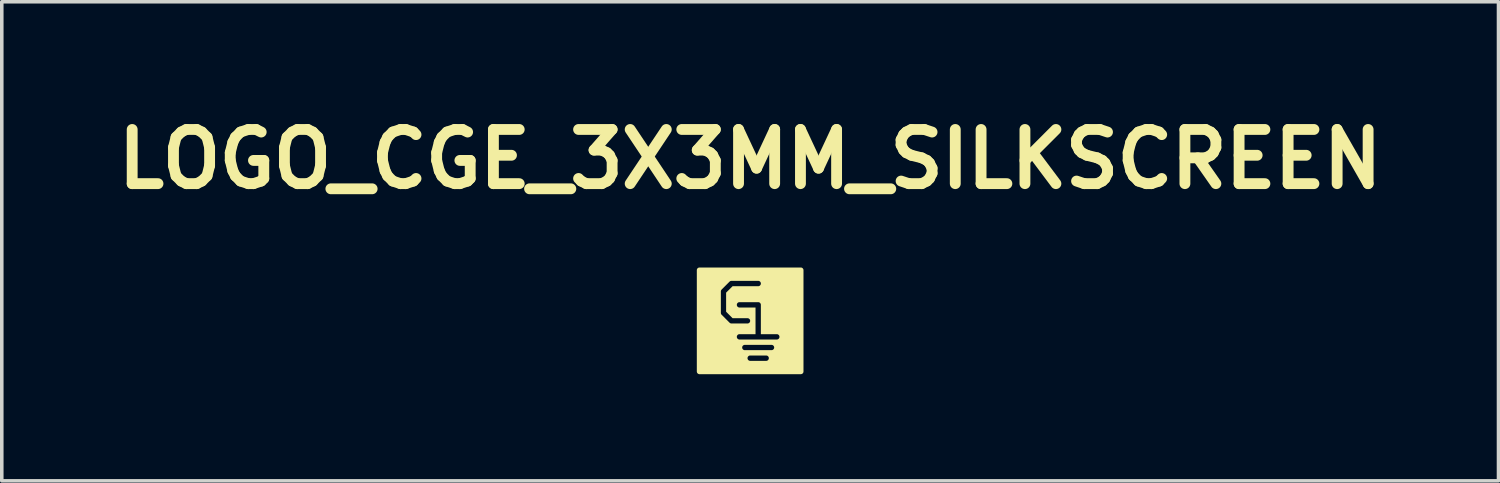
<source format=kicad_pcb>
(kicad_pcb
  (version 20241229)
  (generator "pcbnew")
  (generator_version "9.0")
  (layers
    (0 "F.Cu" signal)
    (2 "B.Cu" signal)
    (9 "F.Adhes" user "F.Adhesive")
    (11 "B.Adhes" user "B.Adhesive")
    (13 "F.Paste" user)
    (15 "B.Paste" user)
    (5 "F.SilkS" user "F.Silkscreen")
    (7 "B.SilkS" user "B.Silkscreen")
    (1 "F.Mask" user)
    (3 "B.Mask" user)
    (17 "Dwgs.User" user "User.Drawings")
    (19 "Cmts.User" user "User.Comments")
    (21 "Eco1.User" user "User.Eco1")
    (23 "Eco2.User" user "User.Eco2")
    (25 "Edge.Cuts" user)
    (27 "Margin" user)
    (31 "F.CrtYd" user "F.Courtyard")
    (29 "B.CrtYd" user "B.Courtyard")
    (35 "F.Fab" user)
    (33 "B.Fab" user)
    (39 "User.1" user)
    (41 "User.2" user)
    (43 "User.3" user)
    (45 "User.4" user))
  (footprint "LOGO_CGE_3X3MM_SILKSCREEN"
    (layer "F.Cu")
    (at 18.049 5.974)
    (property "Reference" "LOGO_CGE_3X3MM_SILKSCREEN" (at 0 -4.548 0) (layer "F.SilkS") (effects (font (size 1.524 1.524) (thickness 0.305))))
    (attr exclude_from_pos_files exclude_from_bom)
    (fp_poly (pts (xy -1.425 -1.5) (xy -1.427 -1.5) (xy -1.429 -1.5) (xy -1.431 -1.5) (xy -1.433 -1.5) (xy -1.435 -1.499) (xy -1.436 -1.499) (xy -1.438 -1.499) (xy -1.44 -1.498) (xy -1.442 -1.498) (xy -1.444 -1.498) (xy -1.445 -1.497) (xy -1.447 -1.497) (xy -1.449 -1.496) (xy -1.451 -1.496) (xy -1.452 -1.495) (xy -1.454 -1.494) (xy -1.456 -1.494) (xy -1.457 -1.493) (xy -1.459 -1.492) (xy -1.461 -1.491) (xy -1.462 -1.49) (xy -1.464 -1.489) (xy -1.465 -1.488) (xy -1.467 -1.487) (xy -1.468 -1.486) (xy -1.47 -1.485) (xy -1.471 -1.484) (xy -1.473 -1.483) (xy -1.474 -1.482) (xy -1.476 -1.481) (xy -1.477 -1.479) (xy -1.478 -1.478) (xy -1.479 -1.477) (xy -1.481 -1.476) (xy -1.482 -1.474) (xy -1.483 -1.473) (xy -1.484 -1.471) (xy -1.485 -1.47) (xy -1.486 -1.468) (xy -1.487 -1.467) (xy -1.488 -1.465) (xy -1.489 -1.464) (xy -1.49 -1.462) (xy -1.491 -1.461) (xy -1.492 -1.459) (xy -1.493 -1.457) (xy -1.494 -1.456) (xy -1.494 -1.454) (xy -1.495 -1.452) (xy -1.496 -1.451) (xy -1.496 -1.449) (xy -1.497 -1.447) (xy -1.497 -1.445) (xy -1.498 -1.444) (xy -1.498 -1.442) (xy -1.498 -1.44) (xy -1.499 -1.438) (xy -1.499 -1.436) (xy -1.499 -1.435) (xy -1.5 -1.433) (xy -1.5 -1.431) (xy -1.5 -1.429) (xy -1.5 -1.427) (xy -1.5 -1.425) (xy -1.5 1.426) (xy -1.5 1.428) (xy -1.5 1.43) (xy -1.5 1.431) (xy -1.499 1.433) (xy -1.499 1.435) (xy -1.499 1.437) (xy -1.499 1.439) (xy -1.498 1.44) (xy -1.498 1.442) (xy -1.497 1.444) (xy -1.497 1.446) (xy -1.496 1.447) (xy -1.496 1.449) (xy -1.495 1.451) (xy -1.495 1.453) (xy -1.494 1.454) (xy -1.493 1.456) (xy -1.492 1.458) (xy -1.492 1.459) (xy -1.491 1.461) (xy -1.49 1.462) (xy -1.489 1.464) (xy -1.488 1.465) (xy -1.487 1.467) (xy -1.486 1.468) (xy -1.485 1.47) (xy -1.484 1.471) (xy -1.483 1.473) (xy -1.481 1.474) (xy -1.48 1.476) (xy -1.479 1.477) (xy -1.478 1.478) (xy -1.476 1.479) (xy -1.475 1.481) (xy -1.474 1.482) (xy -1.472 1.483) (xy -1.471 1.484) (xy -1.47 1.485) (xy -1.468 1.486) (xy -1.467 1.487) (xy -1.465 1.488) (xy -1.463 1.489) (xy -1.462 1.49) (xy -1.46 1.491) (xy -1.459 1.492) (xy -1.457 1.493) (xy -1.455 1.493) (xy -1.454 1.494) (xy -1.452 1.495) (xy -1.45 1.495) (xy -1.449 1.496) (xy -1.447 1.497) (xy -1.445 1.497) (xy -1.443 1.498) (xy -1.442 1.498) (xy -1.44 1.498) (xy -1.438 1.499) (xy -1.436 1.499) (xy -1.435 1.499) (xy -1.433 1.5) (xy -1.431 1.5) (xy -1.429 1.5) (xy -1.427 1.5) (xy -1.425 1.5) (xy 0.451 1.5) (xy 0.451 1.125) (xy 0.449 1.125) (xy 0.000258 1.125) (xy -0.002 1.125) (xy -0.003 1.125) (xy -0.005 1.125) (xy -0.007 1.125) (xy -0.009 1.125) (xy -0.011 1.124) (xy -0.012 1.124) (xy -0.014 1.124) (xy -0.016 1.123) (xy -0.018 1.123) (xy -0.02 1.122) (xy -0.021 1.122) (xy -0.023 1.121) (xy -0.025 1.121) (xy -0.026 1.12) (xy -0.028 1.119) (xy -0.03 1.119) (xy -0.031 1.118) (xy -0.033 1.117) (xy -0.035 1.116) (xy -0.036 1.115) (xy -0.038 1.114) (xy -0.039 1.114) (xy -0.041 1.113) (xy -0.042 1.112) (xy -0.044 1.11) (xy -0.045 1.109) (xy -0.047 1.108) (xy -0.048 1.107) (xy -0.05 1.106) (xy -0.051 1.105) (xy -0.052 1.103) (xy -0.053 1.102) (xy -0.055 1.101) (xy -0.056 1.099) (xy -0.057 1.098) (xy -0.058 1.096) (xy -0.059 1.095) (xy -0.06 1.094) (xy -0.061 1.092) (xy -0.062 1.091) (xy -0.063 1.089) (xy -0.064 1.087) (xy -0.065 1.086) (xy -0.066 1.084) (xy -0.067 1.083) (xy -0.068 1.081) (xy -0.068 1.079) (xy -0.069 1.078) (xy -0.07 1.076) (xy -0.07 1.074) (xy -0.071 1.072) (xy -0.071 1.071) (xy -0.072 1.069) (xy -0.072 1.067) (xy -0.073 1.065) (xy -0.073 1.064) (xy -0.073 1.062) (xy -0.074 1.06) (xy -0.074 1.058) (xy -0.074 1.056) (xy -0.074 1.054) (xy -0.074 1.053) (xy -0.074 1.051) (xy -0.074 1.051) (xy -0.074 1.049) (xy -0.074 1.047) (xy -0.074 1.045) (xy -0.074 1.043) (xy -0.074 1.042) (xy -0.073 1.04) (xy -0.073 1.038) (xy -0.073 1.036) (xy -0.073 1.034) (xy -0.072 1.033) (xy -0.072 1.031) (xy -0.071 1.029) (xy -0.071 1.027) (xy -0.07 1.025) (xy -0.069 1.024) (xy -0.069 1.022) (xy -0.068 1.02) (xy -0.067 1.019) (xy -0.067 1.017) (xy -0.066 1.015) (xy -0.065 1.014) (xy -0.064 1.012) (xy -0.063 1.01) (xy -0.062 1.009) (xy -0.061 1.007) (xy -0.06 1.006) (xy -0.059 1.004) (xy -0.058 1.003) (xy -0.056 1.001) (xy -0.055 1) (xy -0.054 0.999) (xy -0.053 0.997) (xy -0.051 0.996) (xy -0.05 0.995) (xy -0.049 0.994) (xy -0.047 0.992) (xy -0.046 0.991) (xy -0.044 0.99) (xy -0.043 0.989) (xy -0.041 0.988) (xy -0.04 0.987) (xy -0.038 0.986) (xy -0.037 0.985) (xy -0.035 0.984) (xy -0.034 0.983) (xy -0.032 0.982) (xy -0.03 0.982) (xy -0.028 0.981) (xy -0.027 0.98) (xy -0.025 0.979) (xy -0.023 0.979) (xy -0.022 0.978) (xy -0.02 0.978) (xy -0.018 0.977) (xy -0.016 0.977) (xy -0.014 0.976) (xy -0.013 0.976) (xy -0.011 0.976) (xy -0.009 0.976) (xy -0.007 0.975) (xy -0.005 0.975) (xy -0.003 0.975) (xy -0.002 0.975) (xy 0.000258 0.975) (xy 0.449 0.975) (xy 0.451 0.975) (xy 0.453 0.975) (xy 0.455 0.975) (xy 0.457 0.975) (xy 0.459 0.975) (xy 0.461 0.976) (xy 0.462 0.976) (xy 0.464 0.976) (xy 0.466 0.977) (xy 0.468 0.977) (xy 0.47 0.977) (xy 0.471 0.978) (xy 0.473 0.978) (xy 0.475 0.979) (xy 0.477 0.98) (xy 0.479 0.98) (xy 0.48 0.981) (xy 0.482 0.982) (xy 0.484 0.983) (xy 0.485 0.984) (xy 0.487 0.984) (xy 0.489 0.985) (xy 0.49 0.986) (xy 0.492 0.987) (xy 0.493 0.988) (xy 0.495 0.99) (xy 0.496 0.991) (xy 0.498 0.992) (xy 0.499 0.993) (xy 0.501 0.994) (xy 0.502 0.996) (xy 0.503 0.997) (xy 0.505 0.998) (xy 0.506 1) (xy 0.507 1.001) (xy 0.508 1.002) (xy 0.51 1.004) (xy 0.511 1.005) (xy 0.512 1.007) (xy 0.513 1.008) (xy 0.514 1.01) (xy 0.515 1.012) (xy 0.516 1.013) (xy 0.517 1.015) (xy 0.517 1.017) (xy 0.518 1.018) (xy 0.519 1.02) (xy 0.52 1.022) (xy 0.52 1.023) (xy 0.521 1.025) (xy 0.522 1.027) (xy 0.522 1.029) (xy 0.523 1.03) (xy 0.523 1.032) (xy 0.524 1.034) (xy 0.524 1.036) (xy 0.524 1.038) (xy 0.525 1.04) (xy 0.525 1.042) (xy 0.525 1.043) (xy 0.525 1.045) (xy 0.525 1.047) (xy 0.525 1.049) (xy 0.525 1.051) (xy 0.525 1.053) (xy 0.525 1.055) (xy 0.525 1.056) (xy 0.525 1.058) (xy 0.525 1.06) (xy 0.524 1.062) (xy 0.524 1.064) (xy 0.524 1.066) (xy 0.523 1.067) (xy 0.523 1.069) (xy 0.522 1.071) (xy 0.522 1.073) (xy 0.521 1.074) (xy 0.521 1.076) (xy 0.52 1.078) (xy 0.519 1.08) (xy 0.519 1.081) (xy 0.518 1.083) (xy 0.517 1.085) (xy 0.516 1.086) (xy 0.515 1.088) (xy 0.514 1.089) (xy 0.513 1.091) (xy 0.512 1.093) (xy 0.511 1.094) (xy 0.51 1.096) (xy 0.509 1.097) (xy 0.508 1.098) (xy 0.507 1.1) (xy 0.505 1.101) (xy 0.504 1.103) (xy 0.503 1.104) (xy 0.501 1.105) (xy 0.5 1.106) (xy 0.499 1.108) (xy 0.497 1.109) (xy 0.496 1.11) (xy 0.494 1.111) (xy 0.493 1.112) (xy 0.491 1.113) (xy 0.49 1.114) (xy 0.488 1.115) (xy 0.487 1.116) (xy 0.485 1.117) (xy 0.483 1.118) (xy 0.482 1.118) (xy 0.48 1.119) (xy 0.478 1.12) (xy 0.476 1.121) (xy 0.475 1.121) (xy 0.473 1.122) (xy 0.471 1.122) (xy 0.469 1.123) (xy 0.468 1.123) (xy 0.466 1.124) (xy 0.464 1.124) (xy 0.462 1.124) (xy 0.46 1.125) (xy 0.459 1.125) (xy 0.457 1.125) (xy 0.455 1.125) (xy 0.453 1.125) (xy 0.451 1.125) (xy 0.451 1.5) (xy 0.602 1.5) (xy 0.602 0.824) (xy 0.6 0.824) (xy -0.15 0.824) (xy -0.152 0.824) (xy -0.154 0.824) (xy -0.156 0.824) (xy -0.157 0.824) (xy -0.159 0.824) (xy -0.161 0.824) (xy -0.163 0.823) (xy -0.165 0.823) (xy -0.166 0.823) (xy -0.168 0.822) (xy -0.17 0.822) (xy -0.172 0.821) (xy -0.173 0.821) (xy -0.175 0.82) (xy -0.177 0.819) (xy -0.179 0.819) (xy -0.18 0.818) (xy -0.182 0.817) (xy -0.183 0.816) (xy -0.185 0.816) (xy -0.187 0.815) (xy -0.188 0.814) (xy -0.19 0.813) (xy -0.191 0.812) (xy -0.193 0.811) (xy -0.194 0.81) (xy -0.196 0.809) (xy -0.197 0.807) (xy -0.199 0.806) (xy -0.2 0.805) (xy -0.201 0.804) (xy -0.203 0.803) (xy -0.204 0.801) (xy -0.205 0.8) (xy -0.206 0.799) (xy -0.207 0.797) (xy -0.209 0.796) (xy -0.21 0.794) (xy -0.211 0.793) (xy -0.212 0.791) (xy -0.213 0.79) (xy -0.214 0.788) (xy -0.215 0.787) (xy -0.216 0.785) (xy -0.216 0.783) (xy -0.217 0.782) (xy -0.218 0.78) (xy -0.219 0.778) (xy -0.219 0.777) (xy -0.22 0.775) (xy -0.221 0.773) (xy -0.221 0.772) (xy -0.222 0.77) (xy -0.222 0.768) (xy -0.223 0.766) (xy -0.223 0.765) (xy -0.223 0.763) (xy -0.224 0.761) (xy -0.224 0.759) (xy -0.224 0.757) (xy -0.224 0.756) (xy -0.224 0.754) (xy -0.224 0.752) (xy -0.225 0.75) (xy -0.224 0.748) (xy -0.224 0.746) (xy -0.224 0.745) (xy -0.224 0.743) (xy -0.224 0.741) (xy -0.224 0.739) (xy -0.223 0.737) (xy -0.223 0.736) (xy -0.223 0.734) (xy -0.222 0.732) (xy -0.222 0.73) (xy -0.221 0.729) (xy -0.221 0.727) (xy -0.22 0.725) (xy -0.219 0.723) (xy -0.219 0.722) (xy -0.218 0.72) (xy -0.217 0.718) (xy -0.216 0.717) (xy -0.216 0.715) (xy -0.215 0.714) (xy -0.214 0.712) (xy -0.213 0.71) (xy -0.212 0.709) (xy -0.211 0.707) (xy -0.21 0.706) (xy -0.209 0.704) (xy -0.207 0.703) (xy -0.206 0.702) (xy -0.205 0.7) (xy -0.204 0.699) (xy -0.203 0.698) (xy -0.201 0.696) (xy -0.2 0.695) (xy -0.199 0.694) (xy -0.197 0.693) (xy -0.196 0.692) (xy -0.194 0.69) (xy -0.193 0.689) (xy -0.191 0.688) (xy -0.19 0.687) (xy -0.188 0.686) (xy -0.187 0.686) (xy -0.185 0.685) (xy -0.183 0.684) (xy -0.182 0.683) (xy -0.18 0.682) (xy -0.179 0.681) (xy -0.177 0.681) (xy -0.175 0.68) (xy -0.173 0.68) (xy -0.172 0.679) (xy -0.17 0.678) (xy -0.168 0.678) (xy -0.166 0.678) (xy -0.165 0.677) (xy -0.163 0.677) (xy -0.161 0.677) (xy -0.159 0.676) (xy -0.157 0.676) (xy -0.156 0.676) (xy -0.154 0.676) (xy -0.152 0.676) (xy -0.15 0.676) (xy 0.6 0.676) (xy 0.602 0.676) (xy 0.603 0.676) (xy 0.605 0.676) (xy 0.607 0.676) (xy 0.609 0.676) (xy 0.611 0.676) (xy 0.613 0.677) (xy 0.614 0.677) (xy 0.616 0.677) (xy 0.618 0.678) (xy 0.62 0.678) (xy 0.622 0.679) (xy 0.623 0.679) (xy 0.625 0.68) (xy 0.627 0.68) (xy 0.629 0.681) (xy 0.63 0.682) (xy 0.632 0.683) (xy 0.634 0.683) (xy 0.635 0.684) (xy 0.637 0.685) (xy 0.639 0.686) (xy 0.64 0.687) (xy 0.642 0.688) (xy 0.643 0.689) (xy 0.645 0.69) (xy 0.646 0.691) (xy 0.648 0.692) (xy 0.649 0.693) (xy 0.65 0.695) (xy 0.652 0.696) (xy 0.653 0.697) (xy 0.654 0.698) (xy 0.656 0.7) (xy 0.657 0.701) (xy 0.658 0.703) (xy 0.659 0.704) (xy 0.66 0.705) (xy 0.662 0.707) (xy 0.663 0.708) (xy 0.664 0.71) (xy 0.665 0.711) (xy 0.666 0.713) (xy 0.666 0.715) (xy 0.667 0.716) (xy 0.668 0.718) (xy 0.669 0.72) (xy 0.67 0.721) (xy 0.67 0.723) (xy 0.671 0.725) (xy 0.672 0.727) (xy 0.672 0.728) (xy 0.673 0.73) (xy 0.673 0.732) (xy 0.674 0.734) (xy 0.674 0.735) (xy 0.674 0.737) (xy 0.675 0.739) (xy 0.675 0.741) (xy 0.675 0.743) (xy 0.675 0.745) (xy 0.676 0.746) (xy 0.676 0.748) (xy 0.676 0.75) (xy 0.676 0.752) (xy 0.676 0.754) (xy 0.675 0.756) (xy 0.675 0.757) (xy 0.675 0.759) (xy 0.675 0.761) (xy 0.674 0.763) (xy 0.674 0.765) (xy 0.674 0.767) (xy 0.673 0.768) (xy 0.673 0.77) (xy 0.672 0.772) (xy 0.672 0.774) (xy 0.671 0.775) (xy 0.67 0.777) (xy 0.67 0.779) (xy 0.669 0.781) (xy 0.668 0.782) (xy 0.667 0.784) (xy 0.666 0.785) (xy 0.666 0.787) (xy 0.665 0.789) (xy 0.664 0.79) (xy 0.663 0.792) (xy 0.662 0.793) (xy 0.66 0.795) (xy 0.659 0.796) (xy 0.658 0.798) (xy 0.657 0.799) (xy 0.656 0.8) (xy 0.654 0.802) (xy 0.653 0.803) (xy 0.652 0.804) (xy 0.65 0.806) (xy 0.649 0.807) (xy 0.648 0.808) (xy 0.646 0.809) (xy 0.645 0.81) (xy 0.643 0.811) (xy 0.642 0.812) (xy 0.64 0.813) (xy 0.639 0.814) (xy 0.637 0.815) (xy 0.635 0.816) (xy 0.634 0.817) (xy 0.632 0.818) (xy 0.63 0.818) (xy 0.629 0.819) (xy 0.627 0.82) (xy 0.625 0.82) (xy 0.623 0.821) (xy 0.622 0.822) (xy 0.62 0.822) (xy 0.618 0.822) (xy 0.616 0.823) (xy 0.614 0.823) (xy 0.613 0.824) (xy 0.611 0.824) (xy 0.609 0.824) (xy 0.607 0.824) (xy 0.605 0.824) (xy 0.603 0.824) (xy 0.602 0.824) (xy 0.602 1.5) (xy 0.75 1.5) (xy 0.75 0.525) (xy 0.225 0.525) (xy -0.3 0.525) (xy -0.302 0.525) (xy -0.304 0.525) (xy -0.306 0.525) (xy -0.308 0.525) (xy -0.31 0.525) (xy -0.312 0.524) (xy -0.313 0.524) (xy -0.315 0.524) (xy -0.317 0.523) (xy -0.319 0.523) (xy -0.321 0.522) (xy -0.322 0.522) (xy -0.324 0.521) (xy -0.326 0.521) (xy -0.328 0.52) (xy -0.329 0.519) (xy -0.331 0.519) (xy -0.333 0.518) (xy -0.334 0.517) (xy -0.336 0.516) (xy -0.337 0.515) (xy -0.339 0.514) (xy -0.341 0.513) (xy -0.342 0.512) (xy -0.344 0.511) (xy -0.345 0.51) (xy -0.347 0.509) (xy -0.348 0.508) (xy -0.349 0.507) (xy -0.351 0.505) (xy -0.352 0.504) (xy -0.353 0.503) (xy -0.355 0.501) (xy -0.356 0.5) (xy -0.357 0.499) (xy -0.358 0.497) (xy -0.36 0.496) (xy -0.361 0.494) (xy -0.362 0.493) (xy -0.363 0.491) (xy -0.364 0.49) (xy -0.365 0.488) (xy -0.366 0.487) (xy -0.366 0.485) (xy -0.367 0.483) (xy -0.368 0.482) (xy -0.369 0.48) (xy -0.37 0.478) (xy -0.37 0.476) (xy -0.371 0.475) (xy -0.371 0.473) (xy -0.372 0.471) (xy -0.372 0.469) (xy -0.373 0.468) (xy -0.373 0.466) (xy -0.374 0.464) (xy -0.374 0.462) (xy -0.374 0.46) (xy -0.374 0.459) (xy -0.375 0.457) (xy -0.375 0.455) (xy -0.375 0.453) (xy -0.375 0.451) (xy -0.375 0.449) (xy -0.375 0.448) (xy -0.375 0.446) (xy -0.375 0.444) (xy -0.375 0.442) (xy -0.374 0.44) (xy -0.374 0.438) (xy -0.374 0.437) (xy -0.373 0.435) (xy -0.373 0.433) (xy -0.373 0.431) (xy -0.372 0.43) (xy -0.372 0.428) (xy -0.371 0.426) (xy -0.37 0.424) (xy -0.37 0.423) (xy -0.369 0.421) (xy -0.368 0.419) (xy -0.368 0.418) (xy -0.367 0.416) (xy -0.366 0.414) (xy -0.365 0.413) (xy -0.364 0.411) (xy -0.363 0.41) (xy -0.362 0.408) (xy -0.361 0.407) (xy -0.36 0.405) (xy -0.359 0.404) (xy -0.358 0.402) (xy -0.357 0.401) (xy -0.355 0.4) (xy -0.354 0.398) (xy -0.353 0.397) (xy -0.352 0.396) (xy -0.35 0.394) (xy -0.349 0.393) (xy -0.348 0.392) (xy -0.346 0.391) (xy -0.345 0.39) (xy -0.343 0.389) (xy -0.342 0.388) (xy -0.34 0.387) (xy -0.339 0.386) (xy -0.337 0.385) (xy -0.335 0.384) (xy -0.334 0.383) (xy -0.332 0.382) (xy -0.331 0.381) (xy -0.329 0.381) (xy -0.327 0.38) (xy -0.325 0.379) (xy -0.324 0.379) (xy -0.322 0.378) (xy -0.32 0.378) (xy -0.319 0.377) (xy -0.317 0.377) (xy -0.315 0.376) (xy -0.313 0.376) (xy -0.311 0.376) (xy -0.31 0.376) (xy -0.308 0.375) (xy -0.306 0.375) (xy -0.304 0.375) (xy -0.302 0.375) (xy -0.3 0.375) (xy -0.074 0.375) (xy -0.074 0.074) (xy -0.074 0.074) (xy -0.525 0.074) (xy -0.527 0.074) (xy -0.529 0.074) (xy -0.531 0.074) (xy -0.533 0.074) (xy -0.534 0.074) (xy -0.536 0.073) (xy -0.538 0.073) (xy -0.54 0.073) (xy -0.542 0.072) (xy -0.543 0.072) (xy -0.545 0.072) (xy -0.547 0.071) (xy -0.549 0.071) (xy -0.55 0.07) (xy -0.552 0.069) (xy -0.554 0.069) (xy -0.555 0.068) (xy -0.557 0.067) (xy -0.559 0.067) (xy -0.56 0.066) (xy -0.562 0.065) (xy -0.564 0.064) (xy -0.565 0.063) (xy -0.567 0.062) (xy -0.568 0.061) (xy -0.57 0.06) (xy -0.571 0.059) (xy -0.573 0.058) (xy -0.574 0.057) (xy -0.575 0.055) (xy -0.577 0.054) (xy -0.578 0.053) (xy -0.803 -0.172) (xy -0.804 -0.173) (xy -0.805 -0.174) (xy -0.806 -0.176) (xy -0.808 -0.177) (xy -0.809 -0.179) (xy -0.81 -0.18) (xy -0.811 -0.182) (xy -0.812 -0.183) (xy -0.813 -0.185) (xy -0.814 -0.186) (xy -0.815 -0.188) (xy -0.816 -0.189) (xy -0.816 -0.191) (xy -0.817 -0.193) (xy -0.818 -0.194) (xy -0.819 -0.196) (xy -0.819 -0.198) (xy -0.82 -0.2) (xy -0.82 -0.201) (xy -0.821 -0.203) (xy -0.821 -0.205) (xy -0.822 -0.206) (xy -0.822 -0.208) (xy -0.823 -0.21) (xy -0.823 -0.212) (xy -0.823 -0.214) (xy -0.823 -0.215) (xy -0.824 -0.217) (xy -0.824 -0.219) (xy -0.824 -0.221) (xy -0.824 -0.223) (xy -0.824 -0.225) (xy -0.824 -0.824) (xy -0.824 -0.826) (xy -0.824 -0.828) (xy -0.824 -0.83) (xy -0.824 -0.832) (xy -0.824 -0.833) (xy -0.824 -0.835) (xy -0.823 -0.837) (xy -0.823 -0.839) (xy -0.823 -0.841) (xy -0.822 -0.843) (xy -0.822 -0.845) (xy -0.821 -0.846) (xy -0.821 -0.848) (xy -0.82 -0.85) (xy -0.82 -0.852) (xy -0.819 -0.854) (xy -0.818 -0.855) (xy -0.818 -0.857) (xy -0.817 -0.859) (xy -0.816 -0.86) (xy -0.815 -0.862) (xy -0.814 -0.864) (xy -0.813 -0.865) (xy -0.812 -0.867) (xy -0.811 -0.869) (xy -0.81 -0.87) (xy -0.809 -0.872) (xy -0.808 -0.873) (xy -0.807 -0.875) (xy -0.805 -0.876) (xy -0.804 -0.877) (xy -0.803 -0.879) (xy -0.578 -1.104) (xy -0.577 -1.105) (xy -0.575 -1.106) (xy -0.574 -1.107) (xy -0.573 -1.108) (xy -0.571 -1.109) (xy -0.57 -1.111) (xy -0.568 -1.112) (xy -0.567 -1.113) (xy -0.565 -1.114) (xy -0.564 -1.115) (xy -0.562 -1.115) (xy -0.56 -1.116) (xy -0.559 -1.117) (xy -0.557 -1.118) (xy -0.555 -1.119) (xy -0.554 -1.119) (xy -0.552 -1.12) (xy -0.55 -1.121) (xy -0.549 -1.121) (xy -0.547 -1.122) (xy -0.545 -1.122) (xy -0.543 -1.123) (xy -0.542 -1.123) (xy -0.54 -1.123) (xy -0.538 -1.124) (xy -0.536 -1.124) (xy -0.534 -1.124) (xy -0.533 -1.124) (xy -0.531 -1.125) (xy -0.529 -1.125) (xy -0.527 -1.125) (xy -0.525 -1.125) (xy 0.225 -1.125) (xy 0.226 -1.125) (xy 0.228 -1.125) (xy 0.23 -1.125) (xy 0.232 -1.125) (xy 0.234 -1.124) (xy 0.236 -1.124) (xy 0.237 -1.124) (xy 0.239 -1.124) (xy 0.241 -1.123) (xy 0.243 -1.123) (xy 0.245 -1.122) (xy 0.246 -1.122) (xy 0.248 -1.121) (xy 0.25 -1.121) (xy 0.252 -1.12) (xy 0.253 -1.12) (xy 0.255 -1.119) (xy 0.257 -1.118) (xy 0.259 -1.117) (xy 0.26 -1.117) (xy 0.262 -1.116) (xy 0.263 -1.115) (xy 0.265 -1.114) (xy 0.267 -1.113) (xy 0.268 -1.112) (xy 0.27 -1.111) (xy 0.271 -1.11) (xy 0.273 -1.109) (xy 0.274 -1.107) (xy 0.275 -1.106) (xy 0.277 -1.105) (xy 0.278 -1.104) (xy 0.279 -1.102) (xy 0.281 -1.101) (xy 0.282 -1.1) (xy 0.283 -1.098) (xy 0.284 -1.097) (xy 0.286 -1.095) (xy 0.287 -1.094) (xy 0.288 -1.092) (xy 0.289 -1.091) (xy 0.29 -1.089) (xy 0.291 -1.088) (xy 0.292 -1.086) (xy 0.292 -1.085) (xy 0.293 -1.083) (xy 0.294 -1.081) (xy 0.295 -1.08) (xy 0.296 -1.078) (xy 0.296 -1.076) (xy 0.297 -1.074) (xy 0.297 -1.073) (xy 0.298 -1.071) (xy 0.298 -1.069) (xy 0.299 -1.067) (xy 0.299 -1.065) (xy 0.3 -1.064) (xy 0.3 -1.062) (xy 0.3 -1.06) (xy 0.301 -1.058) (xy 0.301 -1.056) (xy 0.301 -1.055) (xy 0.301 -1.053) (xy 0.301 -1.051) (xy 0.301 -1.049) (xy 0.301 -1.047) (xy 0.301 -1.045) (xy 0.301 -1.043) (xy 0.301 -1.041) (xy 0.3 -1.04) (xy 0.3 -1.038) (xy 0.3 -1.036) (xy 0.299 -1.034) (xy 0.299 -1.032) (xy 0.299 -1.03) (xy 0.298 -1.028) (xy 0.298 -1.027) (xy 0.297 -1.025) (xy 0.296 -1.023) (xy 0.296 -1.021) (xy 0.295 -1.02) (xy 0.294 -1.018) (xy 0.293 -1.016) (xy 0.292 -1.014) (xy 0.292 -1.013) (xy 0.291 -1.011) (xy 0.29 -1.01) (xy 0.289 -1.008) (xy 0.288 -1.006) (xy 0.286 -1.005) (xy 0.285 -1.003) (xy 0.284 -1.002) (xy 0.283 -1) (xy 0.282 -0.999) (xy 0.28 -0.998) (xy 0.279 -0.996) (xy 0.278 -0.995) (xy 0.276 -0.994) (xy 0.275 -0.992) (xy 0.273 -0.991) (xy 0.272 -0.99) (xy 0.27 -0.989) (xy 0.269 -0.988) (xy 0.267 -0.987) (xy 0.266 -0.986) (xy 0.264 -0.985) (xy 0.263 -0.984) (xy 0.261 -0.983) (xy 0.259 -0.982) (xy 0.258 -0.981) (xy 0.256 -0.98) (xy 0.254 -0.98) (xy 0.252 -0.979) (xy 0.251 -0.978) (xy 0.249 -0.978) (xy 0.247 -0.977) (xy 0.245 -0.977) (xy 0.243 -0.976) (xy 0.241 -0.976) (xy 0.24 -0.976) (xy 0.238 -0.975) (xy 0.236 -0.975) (xy 0.234 -0.975) (xy 0.232 -0.975) (xy 0.23 -0.974) (xy 0.228 -0.974) (xy 0.226 -0.974) (xy 0.225 -0.974) (xy -0.494 -0.974) (xy -0.676 -0.793) (xy -0.676 -0.256) (xy -0.494 -0.074) (xy -0.074 -0.074) (xy -0.072 -0.074) (xy -0.071 -0.074) (xy -0.069 -0.074) (xy -0.067 -0.074) (xy -0.065 -0.074) (xy -0.063 -0.073) (xy -0.061 -0.073) (xy -0.06 -0.073) (xy -0.058 -0.072) (xy -0.056 -0.072) (xy -0.054 -0.071) (xy -0.053 -0.071) (xy -0.051 -0.07) (xy -0.049 -0.07) (xy -0.047 -0.069) (xy -0.046 -0.068) (xy -0.044 -0.068) (xy -0.042 -0.067) (xy -0.041 -0.066) (xy -0.039 -0.065) (xy -0.038 -0.064) (xy -0.036 -0.063) (xy -0.034 -0.062) (xy -0.033 -0.061) (xy -0.031 -0.06) (xy -0.03 -0.059) (xy -0.029 -0.058) (xy -0.027 -0.057) (xy -0.026 -0.056) (xy -0.024 -0.055) (xy -0.023 -0.053) (xy -0.022 -0.052) (xy -0.02 -0.051) (xy -0.019 -0.05) (xy -0.018 -0.048) (xy -0.017 -0.047) (xy -0.016 -0.045) (xy -0.015 -0.044) (xy -0.013 -0.042) (xy -0.012 -0.041) (xy -0.011 -0.039) (xy -0.011 -0.038) (xy -0.01 -0.036) (xy -0.009 -0.035) (xy -0.008 -0.033) (xy -0.007 -0.031) (xy -0.006 -0.03) (xy -0.006 -0.028) (xy -0.005 -0.026) (xy -0.004 -0.025) (xy -0.004 -0.023) (xy -0.003 -0.021) (xy -0.003 -0.02) (xy -0.002 -0.018) (xy -0.002 -0.016) (xy -0.001 -0.014) (xy -0.001 -0.012) (xy -0.001 -0.011) (xy -0.000365 -0.009) (xy -0.000152 -0.007) (xy 0.000017 -0.005) (xy 0.000142 -0.003) (xy 0.000222 -0.002) (xy 0.000258 0.000258) (xy 0.00021 0.002) (xy 0.000117 0.004) (xy -0.000019 0.006) (xy -0.000199 0.007) (xy -0.000422 0.009) (xy -0.001 0.011) (xy -0.001 0.013) (xy -0.001 0.015) (xy -0.002 0.016) (xy -0.002 0.018) (xy -0.003 0.02) (xy -0.003 0.022) (xy -0.004 0.023) (xy -0.004 0.025) (xy -0.005 0.027) (xy -0.006 0.028) (xy -0.006 0.03) (xy -0.007 0.032) (xy -0.008 0.033) (xy -0.009 0.035) (xy -0.01 0.037) (xy -0.011 0.038) (xy -0.012 0.04) (xy -0.013 0.041) (xy -0.014 0.043) (xy -0.015 0.044) (xy -0.016 0.046) (xy -0.017 0.047) (xy -0.018 0.048) (xy -0.019 0.05) (xy -0.021 0.051) (xy -0.022 0.052) (xy -0.023 0.054) (xy -0.025 0.055) (xy -0.026 0.056) (xy -0.027 0.057) (xy -0.029 0.058) (xy -0.03 0.059) (xy -0.032 0.061) (xy -0.033 0.062) (xy -0.035 0.063) (xy -0.036 0.063) (xy -0.038 0.064) (xy -0.039 0.065) (xy -0.041 0.066) (xy -0.043 0.067) (xy -0.044 0.068) (xy -0.046 0.068) (xy -0.048 0.069) (xy -0.049 0.07) (xy -0.051 0.07) (xy -0.053 0.071) (xy -0.054 0.071) (xy -0.056 0.072) (xy -0.058 0.072) (xy -0.06 0.073) (xy -0.062 0.073) (xy -0.063 0.073) (xy -0.065 0.074) (xy -0.067 0.074) (xy -0.069 0.074) (xy -0.071 0.074) (xy -0.072 0.074) (xy -0.074 0.074) (xy -0.074 0.375) (xy 0.151 0.375) (xy 0.151 -0.375) (xy -0.3 -0.375) (xy -0.302 -0.375) (xy -0.304 -0.375) (xy -0.306 -0.375) (xy -0.308 -0.375) (xy -0.31 -0.376) (xy -0.311 -0.376) (xy -0.313 -0.376) (xy -0.315 -0.376) (xy -0.317 -0.377) (xy -0.319 -0.377) (xy -0.32 -0.378) (xy -0.322 -0.378) (xy -0.324 -0.379) (xy -0.325 -0.379) (xy -0.327 -0.38) (xy -0.329 -0.381) (xy -0.331 -0.381) (xy -0.332 -0.382) (xy -0.334 -0.383) (xy -0.335 -0.384) (xy -0.337 -0.385) (xy -0.339 -0.386) (xy -0.34 -0.387) (xy -0.342 -0.388) (xy -0.343 -0.389) (xy -0.345 -0.39) (xy -0.346 -0.391) (xy -0.348 -0.392) (xy -0.349 -0.393) (xy -0.35 -0.394) (xy -0.352 -0.396) (xy -0.353 -0.397) (xy -0.354 -0.398) (xy -0.355 -0.4) (xy -0.357 -0.401) (xy -0.358 -0.402) (xy -0.359 -0.404) (xy -0.36 -0.405) (xy -0.361 -0.407) (xy -0.362 -0.408) (xy -0.363 -0.41) (xy -0.364 -0.411) (xy -0.365 -0.413) (xy -0.366 -0.414) (xy -0.367 -0.416) (xy -0.368 -0.418) (xy -0.368 -0.419) (xy -0.369 -0.421) (xy -0.37 -0.423) (xy -0.37 -0.424) (xy -0.371 -0.426) (xy -0.372 -0.428) (xy -0.372 -0.43) (xy -0.373 -0.431) (xy -0.373 -0.433) (xy -0.373 -0.435) (xy -0.374 -0.437) (xy -0.374 -0.438) (xy -0.374 -0.44) (xy -0.375 -0.442) (xy -0.375 -0.444) (xy -0.375 -0.446) (xy -0.375 -0.448) (xy -0.375 -0.449) (xy -0.375 -0.451) (xy -0.375 -0.453) (xy -0.375 -0.455) (xy -0.375 -0.457) (xy -0.374 -0.459) (xy -0.374 -0.46) (xy -0.374 -0.462) (xy -0.374 -0.464) (xy -0.373 -0.466) (xy -0.373 -0.468) (xy -0.372 -0.469) (xy -0.372 -0.471) (xy -0.371 -0.473) (xy -0.371 -0.475) (xy -0.37 -0.476) (xy -0.37 -0.478) (xy -0.369 -0.48) (xy -0.368 -0.482) (xy -0.367 -0.483) (xy -0.366 -0.485) (xy -0.366 -0.487) (xy -0.365 -0.488) (xy -0.364 -0.49) (xy -0.363 -0.491) (xy -0.362 -0.493) (xy -0.361 -0.494) (xy -0.36 -0.496) (xy -0.358 -0.497) (xy -0.357 -0.499) (xy -0.356 -0.5) (xy -0.355 -0.501) (xy -0.353 -0.503) (xy -0.352 -0.504) (xy -0.351 -0.505) (xy -0.349 -0.507) (xy -0.348 -0.508) (xy -0.347 -0.509) (xy -0.345 -0.51) (xy -0.344 -0.511) (xy -0.342 -0.512) (xy -0.341 -0.513) (xy -0.339 -0.514) (xy -0.337 -0.515) (xy -0.336 -0.516) (xy -0.334 -0.517) (xy -0.333 -0.518) (xy -0.331 -0.519) (xy -0.329 -0.519) (xy -0.328 -0.52) (xy -0.326 -0.521) (xy -0.324 -0.521) (xy -0.322 -0.522) (xy -0.321 -0.522) (xy -0.319 -0.523) (xy -0.317 -0.523) (xy -0.315 -0.524) (xy -0.313 -0.524) (xy -0.312 -0.524) (xy -0.31 -0.525) (xy -0.308 -0.525) (xy -0.306 -0.525) (xy -0.304 -0.525) (xy -0.302 -0.525) (xy -0.3 -0.525) (xy 0.225 -0.525) (xy 0.226 -0.525) (xy 0.228 -0.525) (xy 0.23 -0.525) (xy 0.232 -0.525) (xy 0.234 -0.525) (xy 0.236 -0.525) (xy 0.238 -0.524) (xy 0.239 -0.524) (xy 0.241 -0.524) (xy 0.243 -0.523) (xy 0.245 -0.523) (xy 0.247 -0.522) (xy 0.249 -0.522) (xy 0.25 -0.521) (xy 0.252 -0.521) (xy 0.254 -0.52) (xy 0.256 -0.519) (xy 0.257 -0.518) (xy 0.259 -0.518) (xy 0.261 -0.517) (xy 0.262 -0.516) (xy 0.264 -0.515) (xy 0.266 -0.514) (xy 0.267 -0.513) (xy 0.269 -0.512) (xy 0.27 -0.511) (xy 0.272 -0.51) (xy 0.273 -0.509) (xy 0.275 -0.507) (xy 0.276 -0.506) (xy 0.278 -0.505) (xy 0.279 -0.504) (xy 0.28 -0.502) (xy 0.281 -0.501) (xy 0.283 -0.499) (xy 0.284 -0.498) (xy 0.285 -0.496) (xy 0.286 -0.495) (xy 0.287 -0.493) (xy 0.288 -0.492) (xy 0.289 -0.49) (xy 0.29 -0.489) (xy 0.291 -0.487) (xy 0.292 -0.485) (xy 0.293 -0.484) (xy 0.294 -0.482) (xy 0.295 -0.48) (xy 0.295 -0.479) (xy 0.296 -0.477) (xy 0.297 -0.475) (xy 0.297 -0.473) (xy 0.298 -0.472) (xy 0.298 -0.47) (xy 0.299 -0.468) (xy 0.299 -0.466) (xy 0.3 -0.464) (xy 0.3 -0.462) (xy 0.3 -0.461) (xy 0.301 -0.459) (xy 0.301 -0.457) (xy 0.301 -0.455) (xy 0.301 -0.453) (xy 0.301 -0.451) (xy 0.301 -0.449) (xy 0.301 0.375) (xy 0.75 0.375) (xy 0.752 0.375) (xy 0.754 0.375) (xy 0.756 0.375) (xy 0.757 0.375) (xy 0.759 0.376) (xy 0.761 0.376) (xy 0.763 0.376) (xy 0.765 0.376) (xy 0.766 0.377) (xy 0.768 0.377) (xy 0.77 0.378) (xy 0.772 0.378) (xy 0.773 0.379) (xy 0.775 0.379) (xy 0.777 0.38) (xy 0.778 0.381) (xy 0.78 0.381) (xy 0.782 0.382) (xy 0.783 0.383) (xy 0.785 0.384) (xy 0.787 0.385) (xy 0.788 0.386) (xy 0.79 0.387) (xy 0.791 0.388) (xy 0.793 0.389) (xy 0.794 0.39) (xy 0.796 0.391) (xy 0.797 0.392) (xy 0.799 0.393) (xy 0.8 0.394) (xy 0.801 0.396) (xy 0.803 0.397) (xy 0.804 0.398) (xy 0.805 0.4) (xy 0.806 0.401) (xy 0.807 0.402) (xy 0.809 0.404) (xy 0.81 0.405) (xy 0.811 0.407) (xy 0.812 0.408) (xy 0.813 0.41) (xy 0.814 0.411) (xy 0.815 0.413) (xy 0.816 0.414) (xy 0.816 0.416) (xy 0.817 0.418) (xy 0.818 0.419) (xy 0.819 0.421) (xy 0.819 0.423) (xy 0.82 0.424) (xy 0.821 0.426) (xy 0.821 0.428) (xy 0.822 0.43) (xy 0.822 0.431) (xy 0.823 0.433) (xy 0.823 0.435) (xy 0.823 0.437) (xy 0.824 0.438) (xy 0.824 0.44) (xy 0.824 0.442) (xy 0.824 0.444) (xy 0.824 0.446) (xy 0.824 0.448) (xy 0.824 0.449) (xy 0.824 0.451) (xy 0.824 0.453) (xy 0.824 0.455) (xy 0.824 0.457) (xy 0.824 0.459) (xy 0.824 0.46) (xy 0.824 0.462) (xy 0.823 0.464) (xy 0.823 0.466) (xy 0.822 0.468) (xy 0.822 0.469) (xy 0.822 0.471) (xy 0.821 0.473) (xy 0.82 0.475) (xy 0.82 0.476) (xy 0.819 0.478) (xy 0.818 0.48) (xy 0.818 0.482) (xy 0.817 0.483) (xy 0.816 0.485) (xy 0.815 0.487) (xy 0.814 0.488) (xy 0.813 0.49) (xy 0.812 0.491) (xy 0.811 0.493) (xy 0.81 0.494) (xy 0.809 0.496) (xy 0.808 0.497) (xy 0.807 0.499) (xy 0.806 0.5) (xy 0.804 0.501) (xy 0.803 0.503) (xy 0.802 0.504) (xy 0.8 0.505) (xy 0.799 0.507) (xy 0.798 0.508) (xy 0.796 0.509) (xy 0.795 0.51) (xy 0.793 0.511) (xy 0.792 0.512) (xy 0.79 0.513) (xy 0.789 0.514) (xy 0.787 0.515) (xy 0.785 0.516) (xy 0.784 0.517) (xy 0.782 0.518) (xy 0.781 0.519) (xy 0.779 0.519) (xy 0.777 0.52) (xy 0.775 0.521) (xy 0.774 0.521) (xy 0.772 0.522) (xy 0.77 0.522) (xy 0.768 0.523) (xy 0.767 0.523) (xy 0.765 0.524) (xy 0.763 0.524) (xy 0.761 0.524) (xy 0.759 0.525) (xy 0.757 0.525) (xy 0.756 0.525) (xy 0.754 0.525) (xy 0.752 0.525) (xy 0.75 0.525) (xy 0.75 1.5) (xy 1.426 1.5) (xy 1.428 1.5) (xy 1.43 1.5) (xy 1.431 1.5) (xy 1.433 1.499) (xy 1.435 1.499) (xy 1.437 1.499) (xy 1.439 1.499) (xy 1.44 1.498) (xy 1.442 1.498) (xy 1.444 1.497) (xy 1.446 1.497) (xy 1.447 1.496) (xy 1.449 1.496) (xy 1.451 1.495) (xy 1.452 1.495) (xy 1.454 1.494) (xy 1.456 1.493) (xy 1.457 1.493) (xy 1.459 1.492) (xy 1.461 1.491) (xy 1.462 1.49) (xy 1.464 1.489) (xy 1.465 1.488) (xy 1.467 1.487) (xy 1.468 1.486) (xy 1.47 1.485) (xy 1.471 1.484) (xy 1.473 1.483) (xy 1.474 1.482) (xy 1.475 1.48) (xy 1.477 1.479) (xy 1.478 1.478) (xy 1.479 1.477) (xy 1.48 1.475) (xy 1.482 1.474) (xy 1.483 1.473) (xy 1.484 1.471) (xy 1.485 1.47) (xy 1.486 1.468) (xy 1.487 1.467) (xy 1.488 1.465) (xy 1.489 1.464) (xy 1.49 1.462) (xy 1.491 1.461) (xy 1.492 1.459) (xy 1.493 1.457) (xy 1.493 1.456) (xy 1.494 1.454) (xy 1.495 1.452) (xy 1.495 1.451) (xy 1.496 1.449) (xy 1.496 1.447) (xy 1.497 1.446) (xy 1.497 1.444) (xy 1.498 1.442) (xy 1.498 1.44) (xy 1.499 1.439) (xy 1.499 1.437) (xy 1.499 1.435) (xy 1.499 1.433) (xy 1.5 1.431) (xy 1.5 1.43) (xy 1.5 1.428) (xy 1.5 1.426) (xy 1.5 -1.425) (xy 1.5 -1.427) (xy 1.5 -1.429) (xy 1.5 -1.431) (xy 1.5 -1.433) (xy 1.499 -1.435) (xy 1.499 -1.436) (xy 1.499 -1.438) (xy 1.498 -1.44) (xy 1.498 -1.442) (xy 1.498 -1.443) (xy 1.497 -1.445) (xy 1.497 -1.447) (xy 1.496 -1.449) (xy 1.495 -1.45) (xy 1.495 -1.452) (xy 1.494 -1.454) (xy 1.493 -1.455) (xy 1.493 -1.457) (xy 1.492 -1.459) (xy 1.491 -1.46) (xy 1.49 -1.462) (xy 1.489 -1.463) (xy 1.488 -1.465) (xy 1.487 -1.467) (xy 1.486 -1.468) (xy 1.485 -1.47) (xy 1.484 -1.471) (xy 1.483 -1.472) (xy 1.482 -1.474) (xy 1.481 -1.475) (xy 1.479 -1.476) (xy 1.478 -1.478) (xy 1.477 -1.479) (xy 1.476 -1.48) (xy 1.474 -1.481) (xy 1.473 -1.483) (xy 1.471 -1.484) (xy 1.47 -1.485) (xy 1.468 -1.486) (xy 1.467 -1.487) (xy 1.465 -1.488) (xy 1.464 -1.489) (xy 1.462 -1.49) (xy 1.461 -1.491) (xy 1.459 -1.492) (xy 1.458 -1.492) (xy 1.456 -1.493) (xy 1.454 -1.494) (xy 1.453 -1.495) (xy 1.451 -1.495) (xy 1.449 -1.496) (xy 1.447 -1.496) (xy 1.446 -1.497) (xy 1.444 -1.497) (xy 1.442 -1.498) (xy 1.44 -1.498) (xy 1.439 -1.499) (xy 1.437 -1.499) (xy 1.435 -1.499) (xy 1.433 -1.499) (xy 1.431 -1.5) (xy 1.43 -1.5) (xy 1.428 -1.5) (xy 1.426 -1.5) (xy -1.425 -1.5)) (stroke (width 0) (type solid)) (fill yes) (layer "F.SilkS")))
  (gr_rect
    (start -3 -3)
    (end 39.097 10.474)
    (stroke (width 0.1) (type default))
    (fill no)
    (layer "Edge.Cuts")))
</source>
